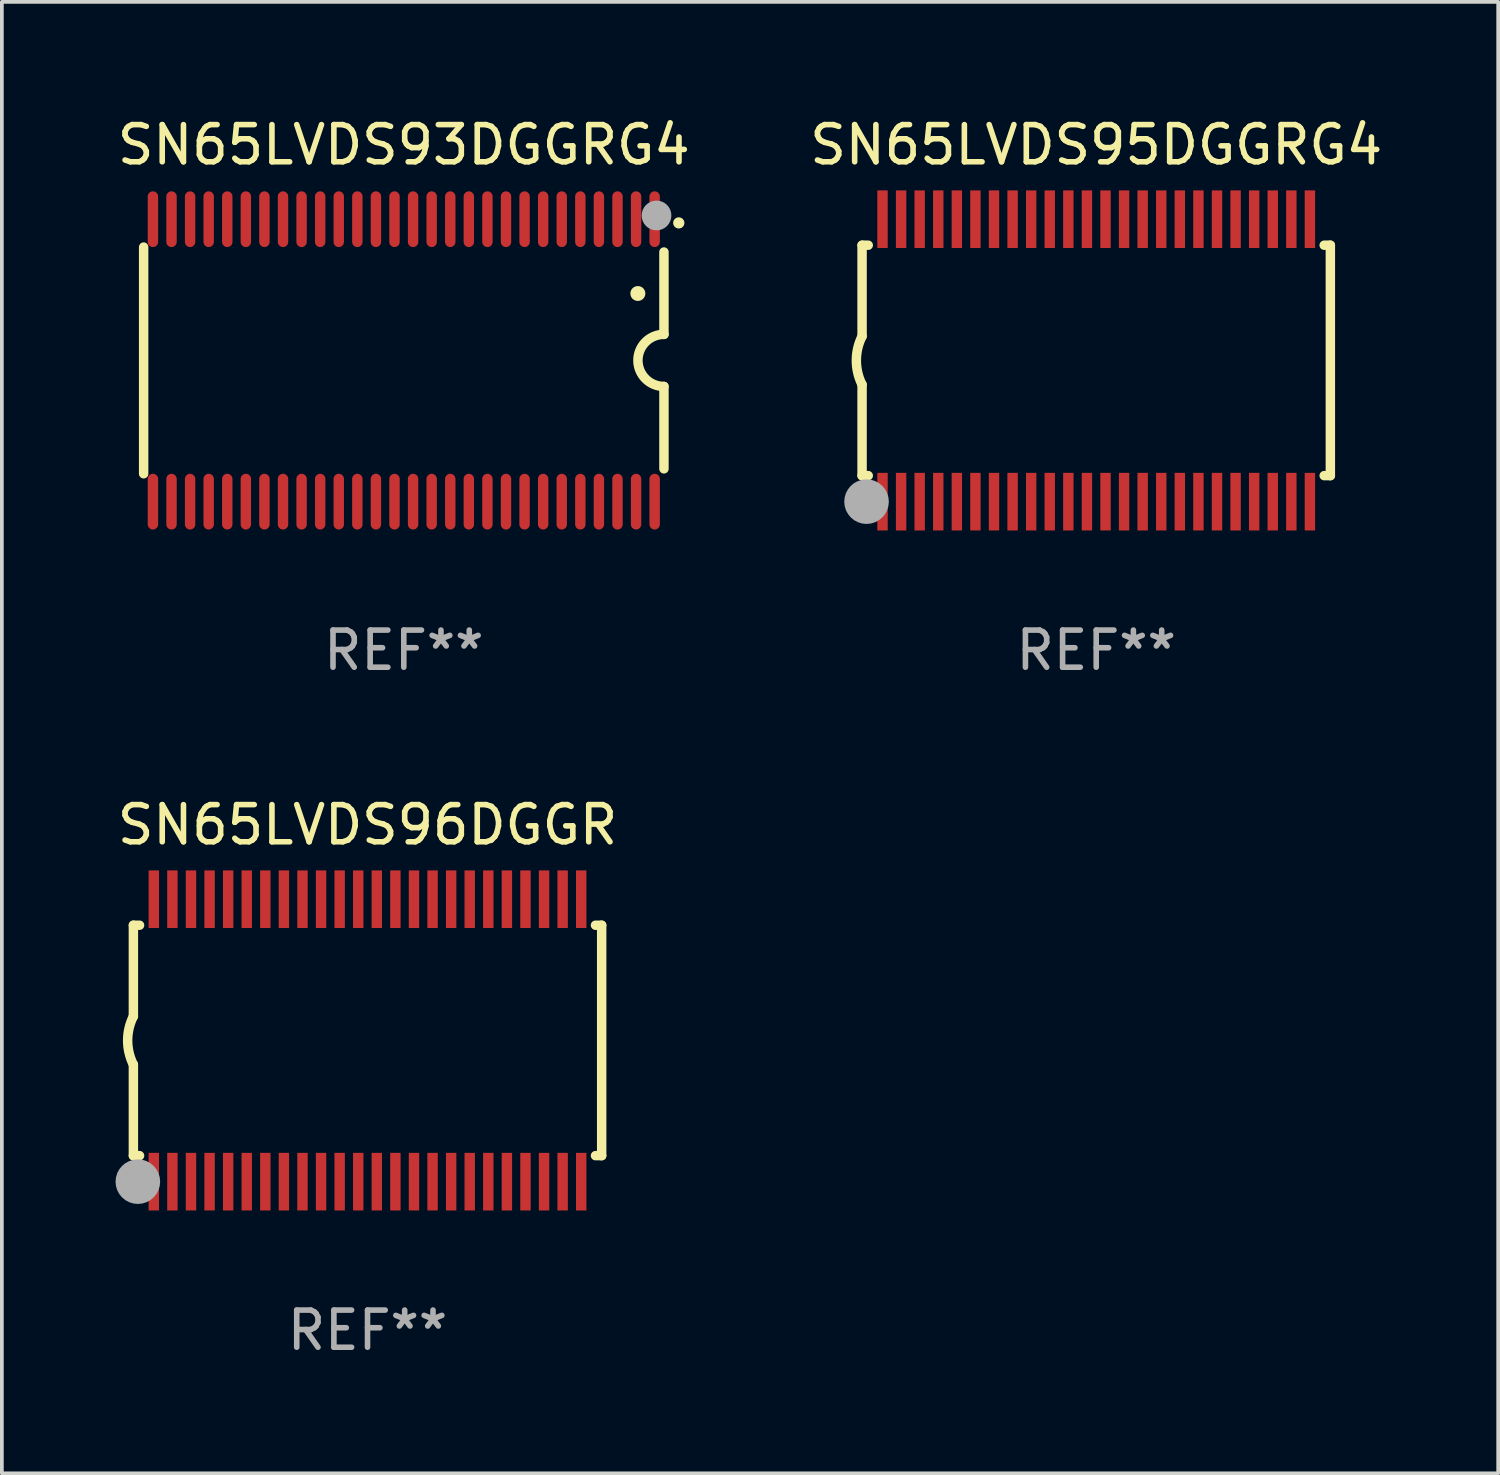
<source format=kicad_pcb>
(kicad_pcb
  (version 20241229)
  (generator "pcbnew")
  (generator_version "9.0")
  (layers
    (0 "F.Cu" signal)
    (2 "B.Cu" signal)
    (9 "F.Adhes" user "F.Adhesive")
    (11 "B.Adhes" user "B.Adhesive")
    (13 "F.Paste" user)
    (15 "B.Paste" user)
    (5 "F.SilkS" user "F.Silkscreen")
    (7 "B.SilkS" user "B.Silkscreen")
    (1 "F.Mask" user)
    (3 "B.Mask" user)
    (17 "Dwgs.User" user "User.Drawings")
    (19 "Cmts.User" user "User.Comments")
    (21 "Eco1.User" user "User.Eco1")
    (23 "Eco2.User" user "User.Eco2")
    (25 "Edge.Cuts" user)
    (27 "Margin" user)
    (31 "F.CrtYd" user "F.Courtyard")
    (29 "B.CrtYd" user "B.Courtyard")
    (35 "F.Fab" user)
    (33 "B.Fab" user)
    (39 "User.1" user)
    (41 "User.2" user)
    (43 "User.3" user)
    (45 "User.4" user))
  (footprint "SN65LVDS93DGGRG4"
    (layer "F.Cu")
    (at 7.815 6.648)
    (property "Reference" "SN65LVDS93DGGRG4" (at 0 -5.8 0) (layer "F.SilkS") (effects (font (size 1 1) (thickness 0.15))))
    (attr through_hole)
    (fp_line (start -7 3.05) (end -7 -3.05) (stroke (width 0.254) (type solid)) (layer "F.SilkS"))
    (fp_line (start 7 -2.917) (end 7 -0.7) (stroke (width 0.254) (type solid)) (layer "F.SilkS"))
    (fp_line (start 7 2.917) (end 7 0.7) (stroke (width 0.254) (type solid)) (layer "F.SilkS"))
    (fp_arc (start 6.296673 -1.800889) (mid 6.297943 -1.800893) (end 6.299213 -1.800889) (stroke (width 0.4) (type solid)) (layer "F.SilkS"))
    (fp_arc (start 7.000025 0.699975) (mid 6.299746 -0.000661) (end 7.000255 -0.701067) (stroke (width 0.254001) (type solid)) (layer "F.SilkS"))
    (fp_arc (start 7.397485 -3.700025) (mid 7.398755 -3.70003) (end 7.400025 -3.700025) (stroke (width 0.3) (type solid)) (layer "F.SilkS"))
    (fp_circle (center 7 -4.05) (end 7.03 -4.05) (stroke (width 0.06) (type solid)) (fill no) (layer "F.SilkS"))
    (fp_circle (center 6.8 -3.9) (end 7 -3.9) (stroke (width 0.4) (type solid)) (fill no) (layer "F.Fab"))
    (fp_text user "REF**" (at 0 7.8 0) (layer "F.Fab") (effects (font (size 1 1) (thickness 0.15))))
    (pad "1" smd oval (at 6.75 -3.8 180) (size 0.28 1.5) (layers "F.Cu" "F.Mask" "F.Paste"))
    (pad "2" smd oval (at 6.25 -3.8 180) (size 0.28 1.5) (layers "F.Cu" "F.Mask" "F.Paste"))
    (pad "3" smd oval (at 5.75 -3.8 180) (size 0.28 1.5) (layers "F.Cu" "F.Mask" "F.Paste"))
    (pad "4" smd oval (at 5.25 -3.8 180) (size 0.28 1.5) (layers "F.Cu" "F.Mask" "F.Paste"))
    (pad "5" smd oval (at 4.75 -3.8 180) (size 0.28 1.5) (layers "F.Cu" "F.Mask" "F.Paste"))
    (pad "6" smd oval (at 4.25 -3.8 180) (size 0.28 1.5) (layers "F.Cu" "F.Mask" "F.Paste"))
    (pad "7" smd oval (at 3.75 -3.8 180) (size 0.28 1.5) (layers "F.Cu" "F.Mask" "F.Paste"))
    (pad "8" smd oval (at 3.25 -3.8 180) (size 0.28 1.5) (layers "F.Cu" "F.Mask" "F.Paste"))
    (pad "9" smd oval (at 2.75 -3.8 180) (size 0.28 1.5) (layers "F.Cu" "F.Mask" "F.Paste"))
    (pad "10" smd oval (at 2.25 -3.8 180) (size 0.28 1.5) (layers "F.Cu" "F.Mask" "F.Paste"))
    (pad "11" smd oval (at 1.75 -3.8 180) (size 0.28 1.5) (layers "F.Cu" "F.Mask" "F.Paste"))
    (pad "12" smd oval (at 1.25 -3.8 180) (size 0.28 1.5) (layers "F.Cu" "F.Mask" "F.Paste"))
    (pad "13" smd oval (at 0.75 -3.8 180) (size 0.28 1.5) (layers "F.Cu" "F.Mask" "F.Paste"))
    (pad "14" smd oval (at 0.25 -3.8 180) (size 0.28 1.5) (layers "F.Cu" "F.Mask" "F.Paste"))
    (pad "15" smd oval (at -0.25 -3.8 180) (size 0.28 1.5) (layers "F.Cu" "F.Mask" "F.Paste"))
    (pad "16" smd oval (at -0.75 -3.8 180) (size 0.28 1.5) (layers "F.Cu" "F.Mask" "F.Paste"))
    (pad "17" smd oval (at -1.25 -3.8 180) (size 0.28 1.5) (layers "F.Cu" "F.Mask" "F.Paste"))
    (pad "18" smd oval (at -1.75 -3.8 180) (size 0.28 1.5) (layers "F.Cu" "F.Mask" "F.Paste"))
    (pad "19" smd oval (at -2.25 -3.8 180) (size 0.28 1.5) (layers "F.Cu" "F.Mask" "F.Paste"))
    (pad "20" smd oval (at -2.75 -3.8 180) (size 0.28 1.5) (layers "F.Cu" "F.Mask" "F.Paste"))
    (pad "21" smd oval (at -3.25 -3.8 180) (size 0.28 1.5) (layers "F.Cu" "F.Mask" "F.Paste"))
    (pad "22" smd oval (at -3.75 -3.8 180) (size 0.28 1.5) (layers "F.Cu" "F.Mask" "F.Paste"))
    (pad "23" smd oval (at -4.25 -3.8 180) (size 0.28 1.5) (layers "F.Cu" "F.Mask" "F.Paste"))
    (pad "24" smd oval (at -4.75 -3.8 180) (size 0.28 1.5) (layers "F.Cu" "F.Mask" "F.Paste"))
    (pad "25" smd oval (at -5.25 -3.8 180) (size 0.28 1.5) (layers "F.Cu" "F.Mask" "F.Paste"))
    (pad "26" smd oval (at -5.75 -3.8 180) (size 0.28 1.5) (layers "F.Cu" "F.Mask" "F.Paste"))
    (pad "27" smd oval (at -6.25 -3.8 180) (size 0.28 1.5) (layers "F.Cu" "F.Mask" "F.Paste"))
    (pad "28" smd oval (at -6.75 -3.8 180) (size 0.28 1.5) (layers "F.Cu" "F.Mask" "F.Paste"))
    (pad "29" smd oval (at -6.75 3.8 180) (size 0.28 1.5) (layers "F.Cu" "F.Mask" "F.Paste"))
    (pad "30" smd oval (at -6.25 3.8 180) (size 0.28 1.5) (layers "F.Cu" "F.Mask" "F.Paste"))
    (pad "31" smd oval (at -5.75 3.8 180) (size 0.28 1.5) (layers "F.Cu" "F.Mask" "F.Paste"))
    (pad "32" smd oval (at -5.25 3.8 180) (size 0.28 1.5) (layers "F.Cu" "F.Mask" "F.Paste"))
    (pad "33" smd oval (at -4.75 3.8 180) (size 0.28 1.5) (layers "F.Cu" "F.Mask" "F.Paste"))
    (pad "34" smd oval (at -4.25 3.8 180) (size 0.28 1.5) (layers "F.Cu" "F.Mask" "F.Paste"))
    (pad "35" smd oval (at -3.75 3.8 180) (size 0.28 1.5) (layers "F.Cu" "F.Mask" "F.Paste"))
    (pad "36" smd oval (at -3.25 3.8 180) (size 0.28 1.5) (layers "F.Cu" "F.Mask" "F.Paste"))
    (pad "37" smd oval (at -2.75 3.8 180) (size 0.28 1.5) (layers "F.Cu" "F.Mask" "F.Paste"))
    (pad "38" smd oval (at -2.25 3.8 180) (size 0.28 1.5) (layers "F.Cu" "F.Mask" "F.Paste"))
    (pad "39" smd oval (at -1.75 3.8 180) (size 0.28 1.5) (layers "F.Cu" "F.Mask" "F.Paste"))
    (pad "40" smd oval (at -1.25 3.8 180) (size 0.28 1.5) (layers "F.Cu" "F.Mask" "F.Paste"))
    (pad "41" smd oval (at -0.75 3.8 180) (size 0.28 1.5) (layers "F.Cu" "F.Mask" "F.Paste"))
    (pad "42" smd oval (at -0.25 3.8 180) (size 0.28 1.5) (layers "F.Cu" "F.Mask" "F.Paste"))
    (pad "43" smd oval (at 0.25 3.8 180) (size 0.28 1.5) (layers "F.Cu" "F.Mask" "F.Paste"))
    (pad "44" smd oval (at 0.75 3.8 180) (size 0.28 1.5) (layers "F.Cu" "F.Mask" "F.Paste"))
    (pad "45" smd oval (at 1.25 3.8 180) (size 0.28 1.5) (layers "F.Cu" "F.Mask" "F.Paste"))
    (pad "46" smd oval (at 1.75 3.8 180) (size 0.28 1.5) (layers "F.Cu" "F.Mask" "F.Paste"))
    (pad "47" smd oval (at 2.25 3.8 180) (size 0.28 1.5) (layers "F.Cu" "F.Mask" "F.Paste"))
    (pad "48" smd oval (at 2.75 3.8 180) (size 0.28 1.5) (layers "F.Cu" "F.Mask" "F.Paste"))
    (pad "49" smd oval (at 3.25 3.8 180) (size 0.28 1.5) (layers "F.Cu" "F.Mask" "F.Paste"))
    (pad "50" smd oval (at 3.75 3.8 180) (size 0.28 1.5) (layers "F.Cu" "F.Mask" "F.Paste"))
    (pad "51" smd oval (at 4.25 3.8 180) (size 0.28 1.5) (layers "F.Cu" "F.Mask" "F.Paste"))
    (pad "52" smd oval (at 4.75 3.8 180) (size 0.28 1.5) (layers "F.Cu" "F.Mask" "F.Paste"))
    (pad "53" smd oval (at 5.25 3.8 180) (size 0.28 1.5) (layers "F.Cu" "F.Mask" "F.Paste"))
    (pad "54" smd oval (at 5.75 3.8 180) (size 0.28 1.5) (layers "F.Cu" "F.Mask" "F.Paste"))
    (pad "55" smd oval (at 6.25 3.8 180) (size 0.28 1.5) (layers "F.Cu" "F.Mask" "F.Paste"))
    (pad "56" smd oval (at 6.75 3.8 180) (size 0.28 1.5) (layers "F.Cu" "F.Mask" "F.Paste")))
  (footprint "SN65LVDS96DGGR"
    (layer "F.Cu")
    (at 6.839 24.945)
    (property "Reference" "SN65LVDS96DGGR" (at 0 -5.8 0) (layer "F.SilkS") (effects (font (size 1 1) (thickness 0.15))))
    (attr through_hole)
    (fp_line (start -6.3 -3.1) (end -6.3 -0.65) (stroke (width 0.254) (type solid)) (layer "F.SilkS"))
    (fp_line (start -6.3 -3.1) (end -6.134 -3.1) (stroke (width 0.254) (type solid)) (layer "F.SilkS"))
    (fp_line (start -6.3 3.1) (end -6.3 0.65) (stroke (width 0.254) (type solid)) (layer "F.SilkS"))
    (fp_line (start -6.3 3.1) (end -6.134 3.1) (stroke (width 0.254) (type solid)) (layer "F.SilkS"))
    (fp_line (start 6.134 -3.1) (end 6.3 -3.1) (stroke (width 0.254) (type solid)) (layer "F.SilkS"))
    (fp_line (start 6.134 3.1) (end 6.3 3.1) (stroke (width 0.254) (type solid)) (layer "F.SilkS"))
    (fp_line (start 6.3 -3.1) (end 6.3 3.1) (stroke (width 0.254) (type solid)) (layer "F.SilkS"))
    (fp_arc (start -6.301016 0.650114) (mid -6.45413 -0.000082) (end -6.3 -0.650038) (stroke (width 0.254001) (type solid)) (layer "F.SilkS"))
    (fp_circle (center -6.35 3.81) (end -6.223 3.81) (stroke (width 0.254) (type solid)) (fill no) (layer "F.SilkS"))
    (fp_circle (center -6.25 4.05) (end -6.22 4.05) (stroke (width 0.06) (type solid)) (fill no) (layer "F.SilkS"))
    (fp_circle (center -6.18 3.8) (end -5.88 3.8) (stroke (width 0.6) (type solid)) (fill no) (layer "F.Fab"))
    (fp_text user "REF**" (at 0 7.8 0) (layer "F.Fab") (effects (font (size 1 1) (thickness 0.15))))
    (pad "1" smd rect (at -5.75 3.8) (size 0.28 1.55) (layers "F.Cu" "F.Mask" "F.Paste"))
    (pad "2" smd rect (at -5.25 3.8) (size 0.28 1.55) (layers "F.Cu" "F.Mask" "F.Paste"))
    (pad "3" smd rect (at -4.75 3.8) (size 0.28 1.55) (layers "F.Cu" "F.Mask" "F.Paste"))
    (pad "4" smd rect (at -4.25 3.8) (size 0.28 1.55) (layers "F.Cu" "F.Mask" "F.Paste"))
    (pad "5" smd rect (at -3.75 3.8) (size 0.28 1.55) (layers "F.Cu" "F.Mask" "F.Paste"))
    (pad "6" smd rect (at -3.25 3.8) (size 0.28 1.55) (layers "F.Cu" "F.Mask" "F.Paste"))
    (pad "7" smd rect (at -2.75 3.8) (size 0.28 1.55) (layers "F.Cu" "F.Mask" "F.Paste"))
    (pad "8" smd rect (at -2.25 3.8) (size 0.28 1.55) (layers "F.Cu" "F.Mask" "F.Paste"))
    (pad "9" smd rect (at -1.75 3.8) (size 0.28 1.55) (layers "F.Cu" "F.Mask" "F.Paste"))
    (pad "10" smd rect (at -1.25 3.8) (size 0.28 1.55) (layers "F.Cu" "F.Mask" "F.Paste"))
    (pad "11" smd rect (at -0.75 3.8) (size 0.28 1.55) (layers "F.Cu" "F.Mask" "F.Paste"))
    (pad "12" smd rect (at -0.25 3.8) (size 0.28 1.55) (layers "F.Cu" "F.Mask" "F.Paste"))
    (pad "13" smd rect (at 0.25 3.8) (size 0.28 1.55) (layers "F.Cu" "F.Mask" "F.Paste"))
    (pad "14" smd rect (at 0.75 3.8) (size 0.28 1.55) (layers "F.Cu" "F.Mask" "F.Paste"))
    (pad "15" smd rect (at 1.25 3.8) (size 0.28 1.55) (layers "F.Cu" "F.Mask" "F.Paste"))
    (pad "16" smd rect (at 1.75 3.8) (size 0.28 1.55) (layers "F.Cu" "F.Mask" "F.Paste"))
    (pad "17" smd rect (at 2.25 3.8) (size 0.28 1.55) (layers "F.Cu" "F.Mask" "F.Paste"))
    (pad "18" smd rect (at 2.75 3.8) (size 0.28 1.55) (layers "F.Cu" "F.Mask" "F.Paste"))
    (pad "19" smd rect (at 3.25 3.8) (size 0.28 1.55) (layers "F.Cu" "F.Mask" "F.Paste"))
    (pad "20" smd rect (at 3.75 3.8) (size 0.28 1.55) (layers "F.Cu" "F.Mask" "F.Paste"))
    (pad "21" smd rect (at 4.25 3.8) (size 0.28 1.55) (layers "F.Cu" "F.Mask" "F.Paste"))
    (pad "22" smd rect (at 4.75 3.8) (size 0.28 1.55) (layers "F.Cu" "F.Mask" "F.Paste"))
    (pad "23" smd rect (at 5.25 3.8) (size 0.28 1.55) (layers "F.Cu" "F.Mask" "F.Paste"))
    (pad "24" smd rect (at 5.75 3.8) (size 0.28 1.55) (layers "F.Cu" "F.Mask" "F.Paste"))
    (pad "25" smd rect (at 5.75 -3.8) (size 0.28 1.55) (layers "F.Cu" "F.Mask" "F.Paste"))
    (pad "26" smd rect (at 5.25 -3.8) (size 0.28 1.55) (layers "F.Cu" "F.Mask" "F.Paste"))
    (pad "27" smd rect (at 4.75 -3.8) (size 0.28 1.55) (layers "F.Cu" "F.Mask" "F.Paste"))
    (pad "28" smd rect (at 4.25 -3.8) (size 0.28 1.55) (layers "F.Cu" "F.Mask" "F.Paste"))
    (pad "29" smd rect (at 3.75 -3.8) (size 0.28 1.55) (layers "F.Cu" "F.Mask" "F.Paste"))
    (pad "30" smd rect (at 3.25 -3.8) (size 0.28 1.55) (layers "F.Cu" "F.Mask" "F.Paste"))
    (pad "31" smd rect (at 2.75 -3.8) (size 0.28 1.55) (layers "F.Cu" "F.Mask" "F.Paste"))
    (pad "32" smd rect (at 2.25 -3.8) (size 0.28 1.55) (layers "F.Cu" "F.Mask" "F.Paste"))
    (pad "33" smd rect (at 1.75 -3.8) (size 0.28 1.55) (layers "F.Cu" "F.Mask" "F.Paste"))
    (pad "34" smd rect (at 1.25 -3.8) (size 0.28 1.55) (layers "F.Cu" "F.Mask" "F.Paste"))
    (pad "35" smd rect (at 0.75 -3.8) (size 0.28 1.55) (layers "F.Cu" "F.Mask" "F.Paste"))
    (pad "36" smd rect (at 0.25 -3.8) (size 0.28 1.55) (layers "F.Cu" "F.Mask" "F.Paste"))
    (pad "37" smd rect (at -0.25 -3.8) (size 0.28 1.55) (layers "F.Cu" "F.Mask" "F.Paste"))
    (pad "38" smd rect (at -0.75 -3.8) (size 0.28 1.55) (layers "F.Cu" "F.Mask" "F.Paste"))
    (pad "39" smd rect (at -1.25 -3.8) (size 0.28 1.55) (layers "F.Cu" "F.Mask" "F.Paste"))
    (pad "40" smd rect (at -1.75 -3.8) (size 0.28 1.55) (layers "F.Cu" "F.Mask" "F.Paste"))
    (pad "41" smd rect (at -2.25 -3.8) (size 0.28 1.55) (layers "F.Cu" "F.Mask" "F.Paste"))
    (pad "42" smd rect (at -2.75 -3.8) (size 0.28 1.55) (layers "F.Cu" "F.Mask" "F.Paste"))
    (pad "43" smd rect (at -3.25 -3.8) (size 0.28 1.55) (layers "F.Cu" "F.Mask" "F.Paste"))
    (pad "44" smd rect (at -3.75 -3.8) (size 0.28 1.55) (layers "F.Cu" "F.Mask" "F.Paste"))
    (pad "45" smd rect (at -4.25 -3.8) (size 0.28 1.55) (layers "F.Cu" "F.Mask" "F.Paste"))
    (pad "46" smd rect (at -4.75 -3.8) (size 0.28 1.55) (layers "F.Cu" "F.Mask" "F.Paste"))
    (pad "47" smd rect (at -5.25 -3.8) (size 0.28 1.55) (layers "F.Cu" "F.Mask" "F.Paste"))
    (pad "48" smd rect (at -5.75 -3.8) (size 0.28 1.55) (layers "F.Cu" "F.Mask" "F.Paste")))
  (footprint "SN65LVDS95DGGRG4"
    (layer "F.Cu")
    (at 26.446 6.648)
    (property "Reference" "SN65LVDS95DGGRG4" (at 0 -5.8 0) (layer "F.SilkS") (effects (font (size 1 1) (thickness 0.15))))
    (attr through_hole)
    (fp_line (start -6.3 -3.1) (end -6.3 -0.65) (stroke (width 0.254) (type solid)) (layer "F.SilkS"))
    (fp_line (start -6.3 -3.1) (end -6.134 -3.1) (stroke (width 0.254) (type solid)) (layer "F.SilkS"))
    (fp_line (start -6.3 3.1) (end -6.3 0.65) (stroke (width 0.254) (type solid)) (layer "F.SilkS"))
    (fp_line (start -6.3 3.1) (end -6.134 3.1) (stroke (width 0.254) (type solid)) (layer "F.SilkS"))
    (fp_line (start 6.134 -3.1) (end 6.3 -3.1) (stroke (width 0.254) (type solid)) (layer "F.SilkS"))
    (fp_line (start 6.134 3.1) (end 6.3 3.1) (stroke (width 0.254) (type solid)) (layer "F.SilkS"))
    (fp_line (start 6.3 -3.1) (end 6.3 3.1) (stroke (width 0.254) (type solid)) (layer "F.SilkS"))
    (fp_arc (start -6.301016 0.650114) (mid -6.45413 -0.000082) (end -6.3 -0.650038) (stroke (width 0.254001) (type solid)) (layer "F.SilkS"))
    (fp_circle (center -6.35 3.81) (end -6.223 3.81) (stroke (width 0.254) (type solid)) (fill no) (layer "F.SilkS"))
    (fp_circle (center -6.25 4.05) (end -6.22 4.05) (stroke (width 0.06) (type solid)) (fill no) (layer "F.SilkS"))
    (fp_circle (center -6.18 3.8) (end -5.88 3.8) (stroke (width 0.6) (type solid)) (fill no) (layer "F.Fab"))
    (fp_text user "REF**" (at 0 7.8 0) (layer "F.Fab") (effects (font (size 1 1) (thickness 0.15))))
    (pad "1" smd rect (at -5.75 3.8) (size 0.28 1.55) (layers "F.Cu" "F.Mask" "F.Paste"))
    (pad "2" smd rect (at -5.25 3.8) (size 0.28 1.55) (layers "F.Cu" "F.Mask" "F.Paste"))
    (pad "3" smd rect (at -4.75 3.8) (size 0.28 1.55) (layers "F.Cu" "F.Mask" "F.Paste"))
    (pad "4" smd rect (at -4.25 3.8) (size 0.28 1.55) (layers "F.Cu" "F.Mask" "F.Paste"))
    (pad "5" smd rect (at -3.75 3.8) (size 0.28 1.55) (layers "F.Cu" "F.Mask" "F.Paste"))
    (pad "6" smd rect (at -3.25 3.8) (size 0.28 1.55) (layers "F.Cu" "F.Mask" "F.Paste"))
    (pad "7" smd rect (at -2.75 3.8) (size 0.28 1.55) (layers "F.Cu" "F.Mask" "F.Paste"))
    (pad "8" smd rect (at -2.25 3.8) (size 0.28 1.55) (layers "F.Cu" "F.Mask" "F.Paste"))
    (pad "9" smd rect (at -1.75 3.8) (size 0.28 1.55) (layers "F.Cu" "F.Mask" "F.Paste"))
    (pad "10" smd rect (at -1.25 3.8) (size 0.28 1.55) (layers "F.Cu" "F.Mask" "F.Paste"))
    (pad "11" smd rect (at -0.75 3.8) (size 0.28 1.55) (layers "F.Cu" "F.Mask" "F.Paste"))
    (pad "12" smd rect (at -0.25 3.8) (size 0.28 1.55) (layers "F.Cu" "F.Mask" "F.Paste"))
    (pad "13" smd rect (at 0.25 3.8) (size 0.28 1.55) (layers "F.Cu" "F.Mask" "F.Paste"))
    (pad "14" smd rect (at 0.75 3.8) (size 0.28 1.55) (layers "F.Cu" "F.Mask" "F.Paste"))
    (pad "15" smd rect (at 1.25 3.8) (size 0.28 1.55) (layers "F.Cu" "F.Mask" "F.Paste"))
    (pad "16" smd rect (at 1.75 3.8) (size 0.28 1.55) (layers "F.Cu" "F.Mask" "F.Paste"))
    (pad "17" smd rect (at 2.25 3.8) (size 0.28 1.55) (layers "F.Cu" "F.Mask" "F.Paste"))
    (pad "18" smd rect (at 2.75 3.8) (size 0.28 1.55) (layers "F.Cu" "F.Mask" "F.Paste"))
    (pad "19" smd rect (at 3.25 3.8) (size 0.28 1.55) (layers "F.Cu" "F.Mask" "F.Paste"))
    (pad "20" smd rect (at 3.75 3.8) (size 0.28 1.55) (layers "F.Cu" "F.Mask" "F.Paste"))
    (pad "21" smd rect (at 4.25 3.8) (size 0.28 1.55) (layers "F.Cu" "F.Mask" "F.Paste"))
    (pad "22" smd rect (at 4.75 3.8) (size 0.28 1.55) (layers "F.Cu" "F.Mask" "F.Paste"))
    (pad "23" smd rect (at 5.25 3.8) (size 0.28 1.55) (layers "F.Cu" "F.Mask" "F.Paste"))
    (pad "24" smd rect (at 5.75 3.8) (size 0.28 1.55) (layers "F.Cu" "F.Mask" "F.Paste"))
    (pad "25" smd rect (at 5.75 -3.8) (size 0.28 1.55) (layers "F.Cu" "F.Mask" "F.Paste"))
    (pad "26" smd rect (at 5.25 -3.8) (size 0.28 1.55) (layers "F.Cu" "F.Mask" "F.Paste"))
    (pad "27" smd rect (at 4.75 -3.8) (size 0.28 1.55) (layers "F.Cu" "F.Mask" "F.Paste"))
    (pad "28" smd rect (at 4.25 -3.8) (size 0.28 1.55) (layers "F.Cu" "F.Mask" "F.Paste"))
    (pad "29" smd rect (at 3.75 -3.8) (size 0.28 1.55) (layers "F.Cu" "F.Mask" "F.Paste"))
    (pad "30" smd rect (at 3.25 -3.8) (size 0.28 1.55) (layers "F.Cu" "F.Mask" "F.Paste"))
    (pad "31" smd rect (at 2.75 -3.8) (size 0.28 1.55) (layers "F.Cu" "F.Mask" "F.Paste"))
    (pad "32" smd rect (at 2.25 -3.8) (size 0.28 1.55) (layers "F.Cu" "F.Mask" "F.Paste"))
    (pad "33" smd rect (at 1.75 -3.8) (size 0.28 1.55) (layers "F.Cu" "F.Mask" "F.Paste"))
    (pad "34" smd rect (at 1.25 -3.8) (size 0.28 1.55) (layers "F.Cu" "F.Mask" "F.Paste"))
    (pad "35" smd rect (at 0.75 -3.8) (size 0.28 1.55) (layers "F.Cu" "F.Mask" "F.Paste"))
    (pad "36" smd rect (at 0.25 -3.8) (size 0.28 1.55) (layers "F.Cu" "F.Mask" "F.Paste"))
    (pad "37" smd rect (at -0.25 -3.8) (size 0.28 1.55) (layers "F.Cu" "F.Mask" "F.Paste"))
    (pad "38" smd rect (at -0.75 -3.8) (size 0.28 1.55) (layers "F.Cu" "F.Mask" "F.Paste"))
    (pad "39" smd rect (at -1.25 -3.8) (size 0.28 1.55) (layers "F.Cu" "F.Mask" "F.Paste"))
    (pad "40" smd rect (at -1.75 -3.8) (size 0.28 1.55) (layers "F.Cu" "F.Mask" "F.Paste"))
    (pad "41" smd rect (at -2.25 -3.8) (size 0.28 1.55) (layers "F.Cu" "F.Mask" "F.Paste"))
    (pad "42" smd rect (at -2.75 -3.8) (size 0.28 1.55) (layers "F.Cu" "F.Mask" "F.Paste"))
    (pad "43" smd rect (at -3.25 -3.8) (size 0.28 1.55) (layers "F.Cu" "F.Mask" "F.Paste"))
    (pad "44" smd rect (at -3.75 -3.8) (size 0.28 1.55) (layers "F.Cu" "F.Mask" "F.Paste"))
    (pad "45" smd rect (at -4.25 -3.8) (size 0.28 1.55) (layers "F.Cu" "F.Mask" "F.Paste"))
    (pad "46" smd rect (at -4.75 -3.8) (size 0.28 1.55) (layers "F.Cu" "F.Mask" "F.Paste"))
    (pad "47" smd rect (at -5.25 -3.8) (size 0.28 1.55) (layers "F.Cu" "F.Mask" "F.Paste"))
    (pad "48" smd rect (at -5.75 -3.8) (size 0.28 1.55) (layers "F.Cu" "F.Mask" "F.Paste")))
  (gr_rect
    (start -3 -3)
    (end 37.262 36.593)
    (stroke (width 0.1) (type default))
    (fill no)
    (layer "Edge.Cuts")))
</source>
